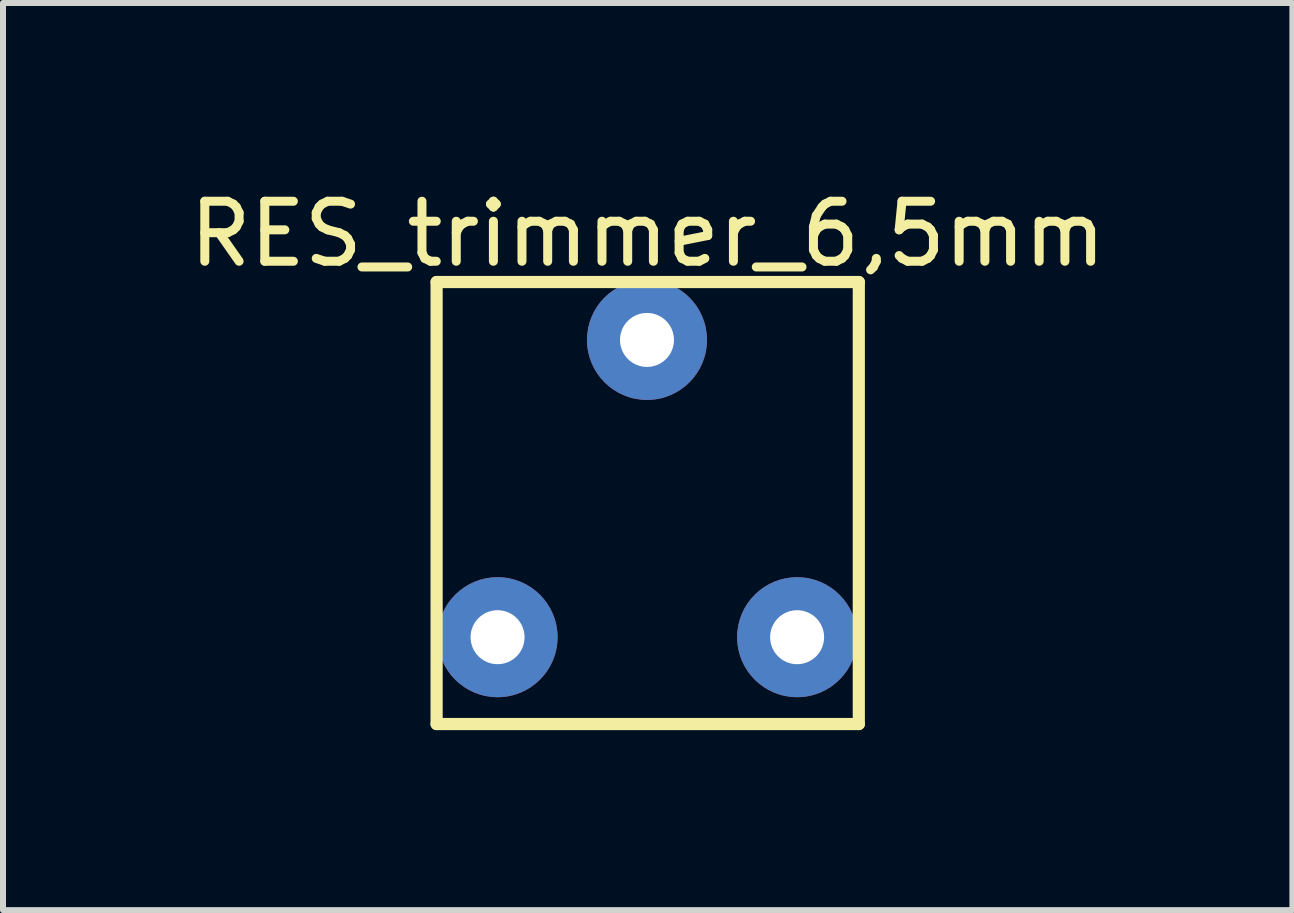
<source format=kicad_pcb>
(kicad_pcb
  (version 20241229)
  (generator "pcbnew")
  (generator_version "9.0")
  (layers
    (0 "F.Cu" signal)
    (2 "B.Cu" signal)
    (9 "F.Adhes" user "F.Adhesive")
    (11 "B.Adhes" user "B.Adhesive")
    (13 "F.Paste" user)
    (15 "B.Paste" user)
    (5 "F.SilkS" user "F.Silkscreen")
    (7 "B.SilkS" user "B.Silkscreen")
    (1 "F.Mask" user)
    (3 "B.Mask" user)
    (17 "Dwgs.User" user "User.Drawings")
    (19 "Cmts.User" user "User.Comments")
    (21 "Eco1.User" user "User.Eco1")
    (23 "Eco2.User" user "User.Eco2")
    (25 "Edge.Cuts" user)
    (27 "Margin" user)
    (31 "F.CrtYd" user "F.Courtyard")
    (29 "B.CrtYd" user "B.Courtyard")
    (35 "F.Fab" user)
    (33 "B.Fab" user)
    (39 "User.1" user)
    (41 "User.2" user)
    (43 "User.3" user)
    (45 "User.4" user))
  (footprint "RES_trimmer_6,5mm"
    (layer "F.Cu")
    (at 7.738 5.092)
    (property "Reference" "RES_trimmer_6,5mm" (at 0.006 -4.243 0) (layer "F.SilkS") (effects (font (size 1 1) (thickness 0.15))))
    (fp_line (start -3.512 -3.442) (end 3.524 -3.442) (stroke (width 0.203) (type solid)) (layer "F.SilkS"))
    (fp_line (start -3.512 3.924) (end -3.512 -3.442) (stroke (width 0.203) (type solid)) (layer "F.SilkS"))
    (fp_line (start -3.512 3.924) (end 3.524 3.924) (stroke (width 0.203) (type solid)) (layer "F.SilkS"))
    (fp_line (start 3.524 3.924) (end 3.524 -3.442) (stroke (width 0.203) (type solid)) (layer "F.SilkS"))
    (pad "1" thru_hole circle (at -2.496 2.477) (size 2 2) (drill 0.9) (layers "*.Cu" "*.Mask"))
    (pad "2" thru_hole circle (at -0.006 -2.477) (size 2 2) (drill 0.9) (layers "*.Cu" "*.Mask"))
    (pad "3" thru_hole circle (at 2.496 2.477) (size 2 2) (drill 0.9) (layers "*.Cu" "*.Mask")))
  (gr_rect
    (start -3 -3)
    (end 18.488 12.117)
    (stroke (width 0.1) (type default))
    (fill no)
    (layer "Edge.Cuts")))
</source>
